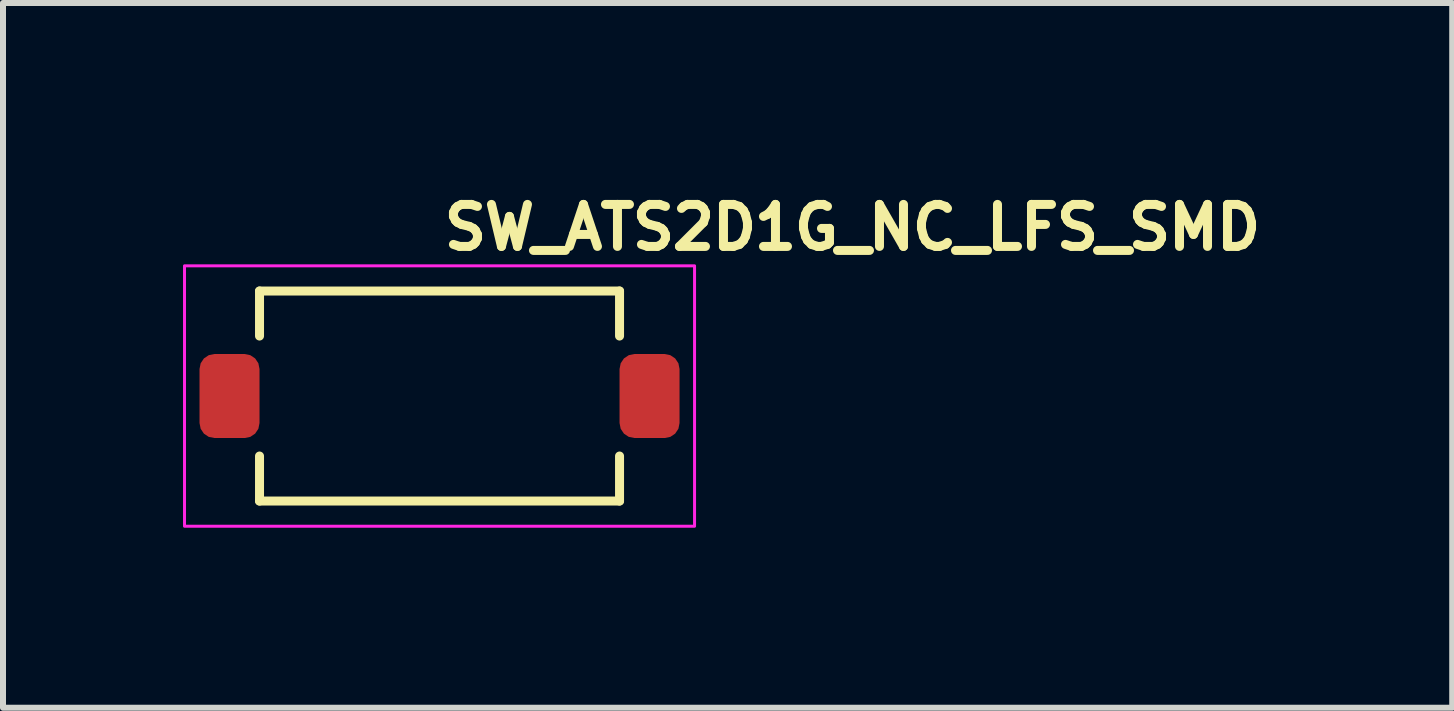
<source format=kicad_pcb>
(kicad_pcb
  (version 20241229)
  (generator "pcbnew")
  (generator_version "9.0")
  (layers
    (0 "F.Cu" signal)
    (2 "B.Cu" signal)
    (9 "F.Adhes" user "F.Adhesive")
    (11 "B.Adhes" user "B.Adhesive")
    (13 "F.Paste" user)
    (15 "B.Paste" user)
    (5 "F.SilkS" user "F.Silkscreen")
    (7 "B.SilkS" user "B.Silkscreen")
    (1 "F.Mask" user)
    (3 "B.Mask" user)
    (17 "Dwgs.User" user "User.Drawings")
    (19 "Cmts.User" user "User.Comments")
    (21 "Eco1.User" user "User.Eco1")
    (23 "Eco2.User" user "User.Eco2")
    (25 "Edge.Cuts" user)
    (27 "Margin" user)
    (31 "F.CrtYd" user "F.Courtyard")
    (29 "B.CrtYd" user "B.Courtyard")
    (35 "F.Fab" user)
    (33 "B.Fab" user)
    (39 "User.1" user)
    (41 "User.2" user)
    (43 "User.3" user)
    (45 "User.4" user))
  (footprint "SW_ATS2D1G_NC_LFS_SMD"
    (layer "F.Cu")
    (at 4.275 3.55)
    (property "Reference" "SW_ATS2D1G_NC_LFS_SMD" (at 0 -2.4 0) (layer "F.SilkS") (effects (font (size 0.7 0.7) (thickness 0.15)) (justify left bottom)))
    (attr smd)
    (fp_line (start -3 -1.75) (end 3 -1.75) (stroke (width 0.15) (type solid)) (layer "F.SilkS"))
    (fp_line (start -3 -1) (end -3 -1.75) (stroke (width 0.15) (type solid)) (layer "F.SilkS"))
    (fp_line (start -3 1) (end -3 1.75) (stroke (width 0.15) (type solid)) (layer "F.SilkS"))
    (fp_line (start -3 1.75) (end 3 1.75) (stroke (width 0.15) (type solid)) (layer "F.SilkS"))
    (fp_line (start 3 -1.75) (end 3 -1) (stroke (width 0.15) (type solid)) (layer "F.SilkS"))
    (fp_line (start 3 1.75) (end 3 1) (stroke (width 0.15) (type solid)) (layer "F.SilkS"))
    (fp_rect (start -4.25 -2.17) (end 4.25 2.17) (stroke (width 0.05) (type solid)) (fill no) (layer "F.CrtYd"))
    (fp_rect (start -3.65 -1.92) (end 3.65 1.92) (stroke (width 0.1) (type solid)) (fill no) (layer "User.5"))
    (fp_line (start -3.65 0.495) (end -3.65 -0.495) (stroke (width 0.02) (type solid)) (layer "User.9"))
    (fp_line (start -3.65 0.495) (end -3 0.495) (stroke (width 0.02) (type solid)) (layer "User.9"))
    (fp_line (start -3.015 -1.8) (end -2.815 -1.8) (stroke (width 0.02) (type solid)) (layer "User.9"))
    (fp_line (start -3.015 -1.8) (end -2.4 -1.8) (stroke (width 0.02) (type solid)) (layer "User.9"))
    (fp_line (start -3.015 -1.7) (end -3.015 -1.8) (stroke (width 0.02) (type solid)) (layer "User.9"))
    (fp_line (start -3.015 -0.495) (end -3.65 -0.495) (stroke (width 0.02) (type solid)) (layer "User.9"))
    (fp_line (start -3.015 0.1) (end -3.015 -1.7) (stroke (width 0.02) (type solid)) (layer "User.9"))
    (fp_line (start -3.015 0.5) (end -2.9 0.5) (stroke (width 0.02) (type solid)) (layer "User.9"))
    (fp_line (start -3.015 1.1) (end -3.015 0.5) (stroke (width 0.02) (type solid)) (layer "User.9"))
    (fp_line (start -3.015 1.5) (end -2.9 1.5) (stroke (width 0.02) (type solid)) (layer "User.9"))
    (fp_line (start -3.015 1.7) (end -3.015 1.5) (stroke (width 0.02) (type solid)) (layer "User.9"))
    (fp_line (start -3.015 1.8) (end -3.015 1.7) (stroke (width 0.02) (type solid)) (layer "User.9"))
    (fp_line (start -3.015 1.8) (end -2.4 1.8) (stroke (width 0.02) (type solid)) (layer "User.9"))
    (fp_line (start -3 0.1) (end -3 0.5) (stroke (width 0.02) (type solid)) (layer "User.9"))
    (fp_line (start -3 1.3) (end -3 1.5) (stroke (width 0.02) (type solid)) (layer "User.9"))
    (fp_line (start -3 1.3) (end -2.987 1.3) (stroke (width 0.02) (type solid)) (layer "User.9"))
    (fp_line (start -2.987 1.3) (end -2.975 1.299) (stroke (width 0.02) (type solid)) (layer "User.9"))
    (fp_line (start -2.975 1.299) (end -2.962 1.298) (stroke (width 0.02) (type solid)) (layer "User.9"))
    (fp_line (start -2.962 1.298) (end -2.949 1.296) (stroke (width 0.02) (type solid)) (layer "User.9"))
    (fp_line (start -2.949 1.296) (end -2.937 1.293) (stroke (width 0.02) (type solid)) (layer "User.9"))
    (fp_line (start -2.937 1.293) (end -2.924 1.29) (stroke (width 0.02) (type solid)) (layer "User.9"))
    (fp_line (start -2.924 1.29) (end -2.912 1.287) (stroke (width 0.02) (type solid)) (layer "User.9"))
    (fp_line (start -2.912 1.287) (end -2.9 1.283) (stroke (width 0.02) (type solid)) (layer "User.9"))
    (fp_line (start -2.9 0.1) (end -3.015 0.1) (stroke (width 0.02) (type solid)) (layer "User.9"))
    (fp_line (start -2.9 0.5) (end -2.9 0.1) (stroke (width 0.02) (type solid)) (layer "User.9"))
    (fp_line (start -2.9 1.1) (end -3.015 1.1) (stroke (width 0.02) (type solid)) (layer "User.9"))
    (fp_line (start -2.9 1.5) (end -2.9 1.1) (stroke (width 0.02) (type solid)) (layer "User.9"))
    (fp_line (start -2.815 1.8) (end -3.015 1.8) (stroke (width 0.02) (type solid)) (layer "User.9"))
    (fp_line (start -2.4 -1.8) (end -2.36 -1.8) (stroke (width 0.02) (type solid)) (layer "User.9"))
    (fp_line (start -2.4 -1.7) (end -2.4 -1.8) (stroke (width 0.02) (type solid)) (layer "User.9"))
    (fp_line (start -2.4 1.7) (end -0.7 1.7) (stroke (width 0.02) (type solid)) (layer "User.9"))
    (fp_line (start -2.4 1.8) (end -2.4 1.7) (stroke (width 0.02) (type solid)) (layer "User.9"))
    (fp_line (start -2.36 -1.92) (end -1.15 -1.92) (stroke (width 0.02) (type solid)) (layer "User.9"))
    (fp_line (start -2.36 -1.861) (end -2.36 -1.92) (stroke (width 0.02) (type solid)) (layer "User.9"))
    (fp_line (start -2.36 -1.861) (end -2.36 -1.7) (stroke (width 0.02) (type solid)) (layer "User.9"))
    (fp_line (start -2.36 1.7) (end -2.36 1.861) (stroke (width 0.02) (type solid)) (layer "User.9"))
    (fp_line (start -2.36 1.8) (end -2.4 1.8) (stroke (width 0.02) (type solid)) (layer "User.9"))
    (fp_line (start -2.36 1.92) (end -2.36 1.861) (stroke (width 0.02) (type solid)) (layer "User.9"))
    (fp_line (start -2.3 1.7) (end -2.3 1.706) (stroke (width 0.02) (type solid)) (layer "User.9"))
    (fp_line (start -2.3 -1.706) (end -2.3 -1.7) (stroke (width 0.02) (type solid)) (layer "User.9"))
    (fp_line (start -2.3 1.706) (end -2.299 1.712) (stroke (width 0.02) (type solid)) (layer "User.9"))
    (fp_line (start -2.299 -1.712) (end -2.3 -1.706) (stroke (width 0.02) (type solid)) (layer "User.9"))
    (fp_line (start -2.299 1.712) (end -2.299 1.718) (stroke (width 0.02) (type solid)) (layer "User.9"))
    (fp_line (start -2.299 -1.718) (end -2.299 -1.712) (stroke (width 0.02) (type solid)) (layer "User.9"))
    (fp_line (start -2.299 1.718) (end -2.298 1.724) (stroke (width 0.02) (type solid)) (layer "User.9"))
    (fp_line (start -2.298 -1.724) (end -2.299 -1.718) (stroke (width 0.02) (type solid)) (layer "User.9"))
    (fp_line (start -2.298 1.724) (end -2.296 1.73) (stroke (width 0.02) (type solid)) (layer "User.9"))
    (fp_line (start -2.296 -1.73) (end -2.298 -1.724) (stroke (width 0.02) (type solid)) (layer "User.9"))
    (fp_line (start -2.296 1.73) (end -2.295 1.736) (stroke (width 0.02) (type solid)) (layer "User.9"))
    (fp_line (start -2.295 -1.736) (end -2.296 -1.73) (stroke (width 0.02) (type solid)) (layer "User.9"))
    (fp_line (start -2.295 1.736) (end -2.293 1.742) (stroke (width 0.02) (type solid)) (layer "User.9"))
    (fp_line (start -2.293 -1.742) (end -2.295 -1.736) (stroke (width 0.02) (type solid)) (layer "User.9"))
    (fp_line (start -2.293 1.742) (end -2.29 1.748) (stroke (width 0.02) (type solid)) (layer "User.9"))
    (fp_line (start -2.29 -1.748) (end -2.293 -1.742) (stroke (width 0.02) (type solid)) (layer "User.9"))
    (fp_line (start -2.29 1.748) (end -2.288 1.753) (stroke (width 0.02) (type solid)) (layer "User.9"))
    (fp_line (start -2.288 -1.753) (end -2.29 -1.748) (stroke (width 0.02) (type solid)) (layer "User.9"))
    (fp_line (start -2.288 1.753) (end -2.285 1.759) (stroke (width 0.02) (type solid)) (layer "User.9"))
    (fp_line (start -2.285 -1.759) (end -2.288 -1.753) (stroke (width 0.02) (type solid)) (layer "User.9"))
    (fp_line (start -2.285 1.759) (end -2.282 1.764) (stroke (width 0.02) (type solid)) (layer "User.9"))
    (fp_line (start -2.282 -1.764) (end -2.285 -1.759) (stroke (width 0.02) (type solid)) (layer "User.9"))
    (fp_line (start -2.282 1.764) (end -2.279 1.769) (stroke (width 0.02) (type solid)) (layer "User.9"))
    (fp_line (start -2.279 -1.769) (end -2.282 -1.764) (stroke (width 0.02) (type solid)) (layer "User.9"))
    (fp_line (start -2.279 1.769) (end -2.275 1.774) (stroke (width 0.02) (type solid)) (layer "User.9"))
    (fp_line (start -2.275 -1.774) (end -2.279 -1.769) (stroke (width 0.02) (type solid)) (layer "User.9"))
    (fp_line (start -2.275 1.774) (end -2.272 1.779) (stroke (width 0.02) (type solid)) (layer "User.9"))
    (fp_line (start -2.272 -1.779) (end -2.275 -1.774) (stroke (width 0.02) (type solid)) (layer "User.9"))
    (fp_line (start -2.272 1.779) (end -2.268 1.784) (stroke (width 0.02) (type solid)) (layer "User.9"))
    (fp_line (start -2.268 -1.784) (end -2.272 -1.779) (stroke (width 0.02) (type solid)) (layer "User.9"))
    (fp_line (start -2.268 1.784) (end -2.263 1.788) (stroke (width 0.02) (type solid)) (layer "User.9"))
    (fp_line (start -2.263 -1.788) (end -2.268 -1.784) (stroke (width 0.02) (type solid)) (layer "User.9"))
    (fp_line (start -2.263 -1.788) (end -2.263 -1.788) (stroke (width 0.02) (type solid)) (layer "User.9"))
    (fp_line (start -2.263 1.788) (end -2.263 1.788) (stroke (width 0.02) (type solid)) (layer "User.9"))
    (fp_line (start -2.263 1.788) (end -2.259 1.793) (stroke (width 0.02) (type solid)) (layer "User.9"))
    (fp_line (start -2.259 -1.793) (end -2.263 -1.788) (stroke (width 0.02) (type solid)) (layer "User.9"))
    (fp_line (start -2.259 1.793) (end -2.254 1.797) (stroke (width 0.02) (type solid)) (layer "User.9"))
    (fp_line (start -2.254 -1.797) (end -2.259 -1.793) (stroke (width 0.02) (type solid)) (layer "User.9"))
    (fp_line (start -2.254 1.797) (end -2.249 1.8) (stroke (width 0.02) (type solid)) (layer "User.9"))
    (fp_line (start -2.249 -1.8) (end -2.254 -1.797) (stroke (width 0.02) (type solid)) (layer "User.9"))
    (fp_line (start -2.249 1.8) (end -2.244 1.804) (stroke (width 0.02) (type solid)) (layer "User.9"))
    (fp_line (start -2.244 -1.804) (end -2.249 -1.8) (stroke (width 0.02) (type solid)) (layer "User.9"))
    (fp_line (start -2.244 1.804) (end -2.239 1.807) (stroke (width 0.02) (type solid)) (layer "User.9"))
    (fp_line (start -2.239 -1.807) (end -2.244 -1.804) (stroke (width 0.02) (type solid)) (layer "User.9"))
    (fp_line (start -2.239 1.807) (end -2.234 1.81) (stroke (width 0.02) (type solid)) (layer "User.9"))
    (fp_line (start -2.234 -1.81) (end -2.239 -1.807) (stroke (width 0.02) (type solid)) (layer "User.9"))
    (fp_line (start -2.234 1.81) (end -2.228 1.813) (stroke (width 0.02) (type solid)) (layer "User.9"))
    (fp_line (start -2.228 -1.813) (end -2.234 -1.81) (stroke (width 0.02) (type solid)) (layer "User.9"))
    (fp_line (start -2.228 1.813) (end -2.223 1.815) (stroke (width 0.02) (type solid)) (layer "User.9"))
    (fp_line (start -2.223 -1.815) (end -2.228 -1.813) (stroke (width 0.02) (type solid)) (layer "User.9"))
    (fp_line (start -2.223 1.815) (end -2.217 1.818) (stroke (width 0.02) (type solid)) (layer "User.9"))
    (fp_line (start -2.217 -1.818) (end -2.223 -1.815) (stroke (width 0.02) (type solid)) (layer "User.9"))
    (fp_line (start -2.217 1.818) (end -2.211 1.82) (stroke (width 0.02) (type solid)) (layer "User.9"))
    (fp_line (start -2.211 -1.82) (end -2.217 -1.818) (stroke (width 0.02) (type solid)) (layer "User.9"))
    (fp_line (start -2.211 1.82) (end -2.205 1.821) (stroke (width 0.02) (type solid)) (layer "User.9"))
    (fp_line (start -2.205 -1.821) (end -2.211 -1.82) (stroke (width 0.02) (type solid)) (layer "User.9"))
    (fp_line (start -2.205 1.821) (end -2.2 1.823) (stroke (width 0.02) (type solid)) (layer "User.9"))
    (fp_line (start -2.2 -1.823) (end -2.205 -1.821) (stroke (width 0.02) (type solid)) (layer "User.9"))
    (fp_line (start -2.2 1.823) (end -2.193 1.824) (stroke (width 0.02) (type solid)) (layer "User.9"))
    (fp_line (start -2.193 -1.824) (end -2.2 -1.823) (stroke (width 0.02) (type solid)) (layer "User.9"))
    (fp_line (start -2.193 1.824) (end -2.187 1.824) (stroke (width 0.02) (type solid)) (layer "User.9"))
    (fp_line (start -2.187 -1.824) (end -2.193 -1.824) (stroke (width 0.02) (type solid)) (layer "User.9"))
    (fp_line (start -2.187 1.824) (end -2.181 1.825) (stroke (width 0.02) (type solid)) (layer "User.9"))
    (fp_line (start -2.181 -1.825) (end -2.187 -1.824) (stroke (width 0.02) (type solid)) (layer "User.9"))
    (fp_line (start -2.181 1.825) (end -2.175 1.825) (stroke (width 0.02) (type solid)) (layer "User.9"))
    (fp_line (start -2.175 -1.825) (end -2.181 -1.825) (stroke (width 0.02) (type solid)) (layer "User.9"))
    (fp_line (start -2.175 -1.825) (end -0.875 -1.825) (stroke (width 0.02) (type solid)) (layer "User.9"))
    (fp_line (start -1.15 -1.92) (end -1.15 -1.861) (stroke (width 0.02) (type solid)) (layer "User.9"))
    (fp_line (start -1.15 -1.861) (end -1.15 -1.825) (stroke (width 0.02) (type solid)) (layer "User.9"))
    (fp_line (start -1.15 1.825) (end -1.15 1.861) (stroke (width 0.02) (type solid)) (layer "User.9"))
    (fp_line (start -1.15 1.861) (end -1.15 1.92) (stroke (width 0.02) (type solid)) (layer "User.9"))
    (fp_line (start -1.15 1.92) (end -2.36 1.92) (stroke (width 0.02) (type solid)) (layer "User.9"))
    (fp_line (start -1.1 0) (end -1.099 0.057) (stroke (width 0.02) (type solid)) (layer "User.9"))
    (fp_line (start -1.099 -0.057) (end -1.1 0.000007) (stroke (width 0.02) (type solid)) (layer "User.9"))
    (fp_line (start -1.099 0.057) (end -1.094 0.112) (stroke (width 0.02) (type solid)) (layer "User.9"))
    (fp_line (start -1.094 -0.112) (end -1.099 -0.057) (stroke (width 0.02) (type solid)) (layer "User.9"))
    (fp_line (start -1.094 0.112) (end -1.087 0.167) (stroke (width 0.02) (type solid)) (layer "User.9"))
    (fp_line (start -1.087 -0.167) (end -1.094 -0.112) (stroke (width 0.02) (type solid)) (layer "User.9"))
    (fp_line (start -1.087 0.167) (end -1.078 0.222) (stroke (width 0.02) (type solid)) (layer "User.9"))
    (fp_line (start -1.078 -0.222) (end -1.087 -0.167) (stroke (width 0.02) (type solid)) (layer "User.9"))
    (fp_line (start -1.078 0.222) (end -1.065 0.275) (stroke (width 0.02) (type solid)) (layer "User.9"))
    (fp_line (start -1.065 -0.275) (end -1.078 -0.222) (stroke (width 0.02) (type solid)) (layer "User.9"))
    (fp_line (start -1.065 0.275) (end -1.05 0.327) (stroke (width 0.02) (type solid)) (layer "User.9"))
    (fp_line (start -1.05 -0.327) (end -1.065 -0.275) (stroke (width 0.02) (type solid)) (layer "User.9"))
    (fp_line (start -1.05 0.327) (end -1.033 0.378) (stroke (width 0.02) (type solid)) (layer "User.9"))
    (fp_line (start -1.033 -0.378) (end -1.05 -0.327) (stroke (width 0.02) (type solid)) (layer "User.9"))
    (fp_line (start -1.033 0.378) (end -1.013 0.428) (stroke (width 0.02) (type solid)) (layer "User.9"))
    (fp_line (start -1.013 -0.428) (end -1.033 -0.378) (stroke (width 0.02) (type solid)) (layer "User.9"))
    (fp_line (start -1.013 0.428) (end -0.991 0.477) (stroke (width 0.02) (type solid)) (layer "User.9"))
    (fp_line (start -0.991 -0.477) (end -1.013 -0.428) (stroke (width 0.02) (type solid)) (layer "User.9"))
    (fp_line (start -0.991 0.477) (end -0.967 0.524) (stroke (width 0.02) (type solid)) (layer "User.9"))
    (fp_line (start -0.967 -0.524) (end -0.991 -0.477) (stroke (width 0.02) (type solid)) (layer "User.9"))
    (fp_line (start -0.967 0.524) (end -0.941 0.57) (stroke (width 0.02) (type solid)) (layer "User.9"))
    (fp_line (start -0.95 0) (end -0.95 0) (stroke (width 0.02) (type solid)) (layer "User.9"))
    (fp_line (start -0.95 0) (end -0.949 0.049) (stroke (width 0.02) (type solid)) (layer "User.9"))
    (fp_line (start -0.949 -0.049) (end -0.95 0) (stroke (width 0.02) (type solid)) (layer "User.9"))
    (fp_line (start -0.949 0.049) (end -0.945 0.097) (stroke (width 0.02) (type solid)) (layer "User.9"))
    (fp_line (start -0.945 -0.097) (end -0.949 -0.049) (stroke (width 0.02) (type solid)) (layer "User.9"))
    (fp_line (start -0.945 0.097) (end -0.939 0.145) (stroke (width 0.02) (type solid)) (layer "User.9"))
    (fp_line (start -0.941 -0.57) (end -0.967 -0.524) (stroke (width 0.02) (type solid)) (layer "User.9"))
    (fp_line (start -0.941 0.57) (end -0.912 0.615) (stroke (width 0.02) (type solid)) (layer "User.9"))
    (fp_line (start -0.939 -0.145) (end -0.945 -0.097) (stroke (width 0.02) (type solid)) (layer "User.9"))
    (fp_line (start -0.939 0.145) (end -0.931 0.191) (stroke (width 0.02) (type solid)) (layer "User.9"))
    (fp_line (start -0.931 -0.191) (end -0.939 -0.145) (stroke (width 0.02) (type solid)) (layer "User.9"))
    (fp_line (start -0.931 0.191) (end -0.92 0.237) (stroke (width 0.02) (type solid)) (layer "User.9"))
    (fp_line (start -0.92 -0.237) (end -0.931 -0.191) (stroke (width 0.02) (type solid)) (layer "User.9"))
    (fp_line (start -0.92 0.237) (end -0.907 0.283) (stroke (width 0.02) (type solid)) (layer "User.9"))
    (fp_line (start -0.912 -0.615) (end -0.941 -0.57) (stroke (width 0.02) (type solid)) (layer "User.9"))
    (fp_line (start -0.912 0.615) (end -0.881 0.658) (stroke (width 0.02) (type solid)) (layer "User.9"))
    (fp_line (start -0.907 -0.283) (end -0.92 -0.237) (stroke (width 0.02) (type solid)) (layer "User.9"))
    (fp_line (start -0.907 0.283) (end -0.892 0.327) (stroke (width 0.02) (type solid)) (layer "User.9"))
    (fp_line (start -0.892 -0.327) (end -0.907 -0.283) (stroke (width 0.02) (type solid)) (layer "User.9"))
    (fp_line (start -0.892 0.327) (end -0.875 0.37) (stroke (width 0.02) (type solid)) (layer "User.9"))
    (fp_line (start -0.881 -0.658) (end -0.912 -0.615) (stroke (width 0.02) (type solid)) (layer "User.9"))
    (fp_line (start -0.881 0.658) (end -0.849 0.699) (stroke (width 0.02) (type solid)) (layer "User.9"))
    (fp_line (start -0.875 -0.37) (end -0.892 -0.327) (stroke (width 0.02) (type solid)) (layer "User.9"))
    (fp_line (start -0.875 0.37) (end -0.856 0.412) (stroke (width 0.02) (type solid)) (layer "User.9"))
    (fp_line (start -0.875 1.825) (end -2.175 1.825) (stroke (width 0.02) (type solid)) (layer "User.9"))
    (fp_line (start -0.875 1.825) (end -0.869 1.825) (stroke (width 0.02) (type solid)) (layer "User.9"))
    (fp_line (start -0.869 -1.825) (end -0.875 -1.825) (stroke (width 0.02) (type solid)) (layer "User.9"))
    (fp_line (start -0.869 1.825) (end -0.863 1.824) (stroke (width 0.02) (type solid)) (layer "User.9"))
    (fp_line (start -0.863 -1.824) (end -0.869 -1.825) (stroke (width 0.02) (type solid)) (layer "User.9"))
    (fp_line (start -0.863 1.824) (end -0.857 1.824) (stroke (width 0.02) (type solid)) (layer "User.9"))
    (fp_line (start -0.857 -1.824) (end -0.863 -1.824) (stroke (width 0.02) (type solid)) (layer "User.9"))
    (fp_line (start -0.857 1.824) (end -0.851 1.823) (stroke (width 0.02) (type solid)) (layer "User.9"))
    (fp_line (start -0.856 -0.412) (end -0.875 -0.37) (stroke (width 0.02) (type solid)) (layer "User.9"))
    (fp_line (start -0.856 0.412) (end -0.835 0.453) (stroke (width 0.02) (type solid)) (layer "User.9"))
    (fp_line (start -0.851 -1.823) (end -0.857 -1.824) (stroke (width 0.02) (type solid)) (layer "User.9"))
    (fp_line (start -0.851 1.823) (end -0.845 1.821) (stroke (width 0.02) (type solid)) (layer "User.9"))
    (fp_line (start -0.849 -0.699) (end -0.881 -0.658) (stroke (width 0.02) (type solid)) (layer "User.9"))
    (fp_line (start -0.849 0.699) (end -0.814 0.739) (stroke (width 0.02) (type solid)) (layer "User.9"))
    (fp_line (start -0.845 -1.821) (end -0.851 -1.823) (stroke (width 0.02) (type solid)) (layer "User.9"))
    (fp_line (start -0.845 1.821) (end -0.839 1.82) (stroke (width 0.02) (type solid)) (layer "User.9"))
    (fp_line (start -0.839 -1.82) (end -0.845 -1.821) (stroke (width 0.02) (type solid)) (layer "User.9"))
    (fp_line (start -0.839 1.82) (end -0.833 1.818) (stroke (width 0.02) (type solid)) (layer "User.9"))
    (fp_line (start -0.835 -0.453) (end -0.856 -0.412) (stroke (width 0.02) (type solid)) (layer "User.9"))
    (fp_line (start -0.835 0.453) (end -0.812 0.493) (stroke (width 0.02) (type solid)) (layer "User.9"))
    (fp_line (start -0.833 -1.818) (end -0.839 -1.82) (stroke (width 0.02) (type solid)) (layer "User.9"))
    (fp_line (start -0.833 1.818) (end -0.827 1.815) (stroke (width 0.02) (type solid)) (layer "User.9"))
    (fp_line (start -0.827 -1.815) (end -0.833 -1.818) (stroke (width 0.02) (type solid)) (layer "User.9"))
    (fp_line (start -0.827 1.815) (end -0.822 1.813) (stroke (width 0.02) (type solid)) (layer "User.9"))
    (fp_line (start -0.822 -1.813) (end -0.827 -1.815) (stroke (width 0.02) (type solid)) (layer "User.9"))
    (fp_line (start -0.822 1.813) (end -0.816 1.81) (stroke (width 0.02) (type solid)) (layer "User.9"))
    (fp_line (start -0.816 -1.81) (end -0.822 -1.813) (stroke (width 0.02) (type solid)) (layer "User.9"))
    (fp_line (start -0.816 1.81) (end -0.811 1.807) (stroke (width 0.02) (type solid)) (layer "User.9"))
    (fp_line (start -0.814 -0.739) (end -0.849 -0.699) (stroke (width 0.02) (type solid)) (layer "User.9"))
    (fp_line (start -0.814 0.739) (end -0.778 0.777) (stroke (width 0.02) (type solid)) (layer "User.9"))
    (fp_line (start -0.812 -0.493) (end -0.835 -0.453) (stroke (width 0.02) (type solid)) (layer "User.9"))
    (fp_line (start -0.812 0.493) (end -0.788 0.531) (stroke (width 0.02) (type solid)) (layer "User.9"))
    (fp_line (start -0.811 -1.807) (end -0.816 -1.81) (stroke (width 0.02) (type solid)) (layer "User.9"))
    (fp_line (start -0.811 1.807) (end -0.806 1.804) (stroke (width 0.02) (type solid)) (layer "User.9"))
    (fp_line (start -0.806 -1.804) (end -0.811 -1.807) (stroke (width 0.02) (type solid)) (layer "User.9"))
    (fp_line (start -0.806 1.804) (end -0.801 1.8) (stroke (width 0.02) (type solid)) (layer "User.9"))
    (fp_line (start -0.801 -1.8) (end -0.806 -1.804) (stroke (width 0.02) (type solid)) (layer "User.9"))
    (fp_line (start -0.801 1.8) (end -0.796 1.797) (stroke (width 0.02) (type solid)) (layer "User.9"))
    (fp_line (start -0.8 -1.8) (end -0.7 -1.8) (stroke (width 0.02) (type solid)) (layer "User.9"))
    (fp_line (start -0.796 -1.797) (end -0.801 -1.8) (stroke (width 0.02) (type solid)) (layer "User.9"))
    (fp_line (start -0.796 1.797) (end -0.791 1.793) (stroke (width 0.02) (type solid)) (layer "User.9"))
    (fp_line (start -0.791 -1.793) (end -0.796 -1.797) (stroke (width 0.02) (type solid)) (layer "User.9"))
    (fp_line (start -0.791 1.793) (end -0.787 1.788) (stroke (width 0.02) (type solid)) (layer "User.9"))
    (fp_line (start -0.788 -0.531) (end -0.812 -0.493) (stroke (width 0.02) (type solid)) (layer "User.9"))
    (fp_line (start -0.788 0.531) (end -0.761 0.568) (stroke (width 0.02) (type solid)) (layer "User.9"))
    (fp_line (start -0.787 -1.788) (end -0.791 -1.793) (stroke (width 0.02) (type solid)) (layer "User.9"))
    (fp_line (start -0.787 -1.788) (end -0.787 -1.788) (stroke (width 0.02) (type solid)) (layer "User.9"))
    (fp_line (start -0.787 1.788) (end -0.787 1.788) (stroke (width 0.02) (type solid)) (layer "User.9"))
    (fp_line (start -0.787 1.788) (end -0.782 1.784) (stroke (width 0.02) (type solid)) (layer "User.9"))
    (fp_line (start -0.782 -1.784) (end -0.787 -1.788) (stroke (width 0.02) (type solid)) (layer "User.9"))
    (fp_line (start -0.782 1.784) (end -0.778 1.779) (stroke (width 0.02) (type solid)) (layer "User.9"))
    (fp_line (start -0.778 -1.779) (end -0.782 -1.784) (stroke (width 0.02) (type solid)) (layer "User.9"))
    (fp_line (start -0.778 1.779) (end -0.775 1.774) (stroke (width 0.02) (type solid)) (layer "User.9"))
    (fp_line (start -0.778 -0.777) (end -0.814 -0.739) (stroke (width 0.02) (type solid)) (layer "User.9"))
    (fp_line (start -0.778 0.777) (end -0.739 0.814) (stroke (width 0.02) (type solid)) (layer "User.9"))
    (fp_line (start -0.775 -1.774) (end -0.778 -1.779) (stroke (width 0.02) (type solid)) (layer "User.9"))
    (fp_line (start -0.775 1.774) (end -0.771 1.769) (stroke (width 0.02) (type solid)) (layer "User.9"))
    (fp_line (start -0.771 -1.769) (end -0.775 -1.774) (stroke (width 0.02) (type solid)) (layer "User.9"))
    (fp_line (start -0.771 1.769) (end -0.768 1.764) (stroke (width 0.02) (type solid)) (layer "User.9"))
    (fp_line (start -0.768 -1.764) (end -0.771 -1.769) (stroke (width 0.02) (type solid)) (layer "User.9"))
    (fp_line (start -0.768 1.764) (end -0.765 1.759) (stroke (width 0.02) (type solid)) (layer "User.9"))
    (fp_line (start -0.765 -1.759) (end -0.768 -1.764) (stroke (width 0.02) (type solid)) (layer "User.9"))
    (fp_line (start -0.765 1.759) (end -0.762 1.753) (stroke (width 0.02) (type solid)) (layer "User.9"))
    (fp_line (start -0.762 -1.753) (end -0.765 -1.759) (stroke (width 0.02) (type solid)) (layer "User.9"))
    (fp_line (start -0.762 1.753) (end -0.76 1.748) (stroke (width 0.02) (type solid)) (layer "User.9"))
    (fp_line (start -0.761 -0.568) (end -0.788 -0.531) (stroke (width 0.02) (type solid)) (layer "User.9"))
    (fp_line (start -0.761 0.568) (end -0.733 0.604) (stroke (width 0.02) (type solid)) (layer "User.9"))
    (fp_line (start -0.76 -1.748) (end -0.762 -1.753) (stroke (width 0.02) (type solid)) (layer "User.9"))
    (fp_line (start -0.76 1.748) (end -0.757 1.742) (stroke (width 0.02) (type solid)) (layer "User.9"))
    (fp_line (start -0.757 -1.742) (end -0.76 -1.748) (stroke (width 0.02) (type solid)) (layer "User.9"))
    (fp_line (start -0.757 1.742) (end -0.755 1.736) (stroke (width 0.02) (type solid)) (layer "User.9"))
    (fp_line (start -0.755 -1.736) (end -0.757 -1.742) (stroke (width 0.02) (type solid)) (layer "User.9"))
    (fp_line (start -0.755 1.736) (end -0.754 1.73) (stroke (width 0.02) (type solid)) (layer "User.9"))
    (fp_line (start -0.754 -1.73) (end -0.755 -1.736) (stroke (width 0.02) (type solid)) (layer "User.9"))
    (fp_line (start -0.754 1.73) (end -0.752 1.724) (stroke (width 0.02) (type solid)) (layer "User.9"))
    (fp_line (start -0.752 -1.724) (end -0.754 -1.73) (stroke (width 0.02) (type solid)) (layer "User.9"))
    (fp_line (start -0.752 1.724) (end -0.751 1.718) (stroke (width 0.02) (type solid)) (layer "User.9"))
    (fp_line (start -0.751 -1.718) (end -0.752 -1.724) (stroke (width 0.02) (type solid)) (layer "User.9"))
    (fp_line (start -0.751 1.718) (end -0.751 1.712) (stroke (width 0.02) (type solid)) (layer "User.9"))
    (fp_line (start -0.751 -1.712) (end -0.751 -1.718) (stroke (width 0.02) (type solid)) (layer "User.9"))
    (fp_line (start -0.751 1.712) (end -0.75 1.706) (stroke (width 0.02) (type solid)) (layer "User.9"))
    (fp_line (start -0.75 -1.706) (end -0.751 -1.712) (stroke (width 0.02) (type solid)) (layer "User.9"))
    (fp_line (start -0.75 1.706) (end -0.75 1.7) (stroke (width 0.02) (type solid)) (layer "User.9"))
    (fp_line (start -0.75 -1.7) (end -0.75 -1.706) (stroke (width 0.02) (type solid)) (layer "User.9"))
    (fp_line (start -0.739 -0.814) (end -0.778 -0.777) (stroke (width 0.02) (type solid)) (layer "User.9"))
    (fp_line (start -0.739 0.814) (end -0.7 0.848) (stroke (width 0.02) (type solid)) (layer "User.9"))
    (fp_line (start -0.733 -0.604) (end -0.761 -0.568) (stroke (width 0.02) (type solid)) (layer "User.9"))
    (fp_line (start -0.733 0.604) (end -0.703 0.639) (stroke (width 0.02) (type solid)) (layer "User.9"))
    (fp_line (start -0.703 -0.639) (end -0.733 -0.604) (stroke (width 0.02) (type solid)) (layer "User.9"))
    (fp_line (start -0.703 0.639) (end -0.672 0.672) (stroke (width 0.02) (type solid)) (layer "User.9"))
    (fp_line (start -0.7 -1.8) (end -0.7 -1.7) (stroke (width 0.02) (type solid)) (layer "User.9"))
    (fp_line (start -0.7 -1.8) (end 0.7 -1.8) (stroke (width 0.02) (type solid)) (layer "User.9"))
    (fp_line (start -0.7 -1.7) (end -2.4 -1.7) (stroke (width 0.02) (type solid)) (layer "User.9"))
    (fp_line (start -0.7 1.7) (end -0.7 1.8) (stroke (width 0.02) (type solid)) (layer "User.9"))
    (fp_line (start -0.7 1.8) (end -0.8 1.8) (stroke (width 0.02) (type solid)) (layer "User.9"))
    (fp_line (start -0.7 1.8) (end 0.7 1.8) (stroke (width 0.02) (type solid)) (layer "User.9"))
    (fp_line (start -0.7 -0.848) (end -0.739 -0.814) (stroke (width 0.02) (type solid)) (layer "User.9"))
    (fp_line (start -0.7 0.848) (end -0.658 0.881) (stroke (width 0.02) (type solid)) (layer "User.9"))
    (fp_line (start -0.672 -0.672) (end -0.703 -0.639) (stroke (width 0.02) (type solid)) (layer "User.9"))
    (fp_line (start -0.672 0.672) (end -0.639 0.703) (stroke (width 0.02) (type solid)) (layer "User.9"))
    (fp_line (start -0.658 -0.881) (end -0.7 -0.848) (stroke (width 0.02) (type solid)) (layer "User.9"))
    (fp_line (start -0.658 0.881) (end -0.615 0.912) (stroke (width 0.02) (type solid)) (layer "User.9"))
    (fp_line (start -0.639 -0.703) (end -0.672 -0.672) (stroke (width 0.02) (type solid)) (layer "User.9"))
    (fp_line (start -0.639 0.703) (end -0.604 0.733) (stroke (width 0.02) (type solid)) (layer "User.9"))
    (fp_line (start -0.615 -0.912) (end -0.658 -0.881) (stroke (width 0.02) (type solid)) (layer "User.9"))
    (fp_line (start -0.615 0.912) (end -0.57 0.94) (stroke (width 0.02) (type solid)) (layer "User.9"))
    (fp_line (start -0.604 -0.733) (end -0.639 -0.703) (stroke (width 0.02) (type solid)) (layer "User.9"))
    (fp_line (start -0.604 0.733) (end -0.568 0.761) (stroke (width 0.02) (type solid)) (layer "User.9"))
    (fp_line (start -0.57 -0.94) (end -0.615 -0.912) (stroke (width 0.02) (type solid)) (layer "User.9"))
    (fp_line (start -0.57 0.94) (end -0.524 0.967) (stroke (width 0.02) (type solid)) (layer "User.9"))
    (fp_line (start -0.568 -0.761) (end -0.604 -0.733) (stroke (width 0.02) (type solid)) (layer "User.9"))
    (fp_line (start -0.568 0.761) (end -0.531 0.788) (stroke (width 0.02) (type solid)) (layer "User.9"))
    (fp_line (start -0.531 -0.788) (end -0.568 -0.761) (stroke (width 0.02) (type solid)) (layer "User.9"))
    (fp_line (start -0.531 0.788) (end -0.493 0.812) (stroke (width 0.02) (type solid)) (layer "User.9"))
    (fp_line (start -0.524 -0.967) (end -0.57 -0.94) (stroke (width 0.02) (type solid)) (layer "User.9"))
    (fp_line (start -0.524 0.967) (end -0.477 0.991) (stroke (width 0.02) (type solid)) (layer "User.9"))
    (fp_line (start -0.493 -0.812) (end -0.531 -0.788) (stroke (width 0.02) (type solid)) (layer "User.9"))
    (fp_line (start -0.493 0.812) (end -0.453 0.835) (stroke (width 0.02) (type solid)) (layer "User.9"))
    (fp_line (start -0.477 -0.991) (end -0.524 -0.967) (stroke (width 0.02) (type solid)) (layer "User.9"))
    (fp_line (start -0.477 0.991) (end -0.428 1.013) (stroke (width 0.02) (type solid)) (layer "User.9"))
    (fp_line (start -0.453 -0.835) (end -0.493 -0.812) (stroke (width 0.02) (type solid)) (layer "User.9"))
    (fp_line (start -0.453 0.835) (end -0.412 0.856) (stroke (width 0.02) (type solid)) (layer "User.9"))
    (fp_line (start -0.428 -1.013) (end -0.477 -0.991) (stroke (width 0.02) (type solid)) (layer "User.9"))
    (fp_line (start -0.428 1.013) (end -0.378 1.033) (stroke (width 0.02) (type solid)) (layer "User.9"))
    (fp_line (start -0.412 -0.856) (end -0.453 -0.835) (stroke (width 0.02) (type solid)) (layer "User.9"))
    (fp_line (start -0.412 0.856) (end -0.37 0.875) (stroke (width 0.02) (type solid)) (layer "User.9"))
    (fp_line (start -0.378 -1.033) (end -0.428 -1.013) (stroke (width 0.02) (type solid)) (layer "User.9"))
    (fp_line (start -0.378 1.033) (end -0.327 1.05) (stroke (width 0.02) (type solid)) (layer "User.9"))
    (fp_line (start -0.37 -0.875) (end -0.412 -0.856) (stroke (width 0.02) (type solid)) (layer "User.9"))
    (fp_line (start -0.37 0.875) (end -0.327 0.892) (stroke (width 0.02) (type solid)) (layer "User.9"))
    (fp_line (start -0.327 -1.05) (end -0.378 -1.033) (stroke (width 0.02) (type solid)) (layer "User.9"))
    (fp_line (start -0.327 1.05) (end -0.275 1.065) (stroke (width 0.02) (type solid)) (layer "User.9"))
    (fp_line (start -0.327 -0.892) (end -0.37 -0.875) (stroke (width 0.02) (type solid)) (layer "User.9"))
    (fp_line (start -0.327 0.892) (end -0.283 0.907) (stroke (width 0.02) (type solid)) (layer "User.9"))
    (fp_line (start -0.283 -0.907) (end -0.327 -0.892) (stroke (width 0.02) (type solid)) (layer "User.9"))
    (fp_line (start -0.283 0.907) (end -0.237 0.92) (stroke (width 0.02) (type solid)) (layer "User.9"))
    (fp_line (start -0.275 -1.065) (end -0.327 -1.05) (stroke (width 0.02) (type solid)) (layer "User.9"))
    (fp_line (start -0.275 1.065) (end -0.222 1.077) (stroke (width 0.02) (type solid)) (layer "User.9"))
    (fp_line (start -0.237 -0.92) (end -0.283 -0.907) (stroke (width 0.02) (type solid)) (layer "User.9"))
    (fp_line (start -0.237 0.92) (end -0.191 0.931) (stroke (width 0.02) (type solid)) (layer "User.9"))
    (fp_line (start -0.222 -1.077) (end -0.275 -1.065) (stroke (width 0.02) (type solid)) (layer "User.9"))
    (fp_line (start -0.222 1.077) (end -0.167 1.087) (stroke (width 0.02) (type solid)) (layer "User.9"))
    (fp_line (start -0.191 -0.931) (end -0.237 -0.92) (stroke (width 0.02) (type solid)) (layer "User.9"))
    (fp_line (start -0.191 0.931) (end -0.145 0.939) (stroke (width 0.02) (type solid)) (layer "User.9"))
    (fp_line (start -0.167 -1.087) (end -0.222 -1.077) (stroke (width 0.02) (type solid)) (layer "User.9"))
    (fp_line (start -0.167 1.087) (end -0.112 1.094) (stroke (width 0.02) (type solid)) (layer "User.9"))
    (fp_line (start -0.145 -0.939) (end -0.191 -0.931) (stroke (width 0.02) (type solid)) (layer "User.9"))
    (fp_line (start -0.145 0.939) (end -0.097 0.945) (stroke (width 0.02) (type solid)) (layer "User.9"))
    (fp_line (start -0.112 -1.094) (end -0.167 -1.087) (stroke (width 0.02) (type solid)) (layer "User.9"))
    (fp_line (start -0.112 1.094) (end -0.057 1.098) (stroke (width 0.02) (type solid)) (layer "User.9"))
    (fp_line (start -0.097 -0.945) (end -0.145 -0.939) (stroke (width 0.02) (type solid)) (layer "User.9"))
    (fp_line (start -0.097 0.945) (end -0.049 0.949) (stroke (width 0.02) (type solid)) (layer "User.9"))
    (fp_line (start -0.057 -1.098) (end -0.112 -1.094) (stroke (width 0.02) (type solid)) (layer "User.9"))
    (fp_line (start -0.057 1.098) (end 0 1.099) (stroke (width 0.02) (type solid)) (layer "User.9"))
    (fp_line (start -0.049 -0.949) (end -0.097 -0.945) (stroke (width 0.02) (type solid)) (layer "User.9"))
    (fp_line (start -0.049 0.949) (end 0 0.95) (stroke (width 0.02) (type solid)) (layer "User.9"))
    (fp_line (start 0 -1.099) (end -0.057 -1.098) (stroke (width 0.02) (type solid)) (layer "User.9"))
    (fp_line (start 0 -1.099) (end 0 -1.099) (stroke (width 0.02) (type solid)) (layer "User.9"))
    (fp_line (start 0 -0.95) (end -0.049 -0.949) (stroke (width 0.02) (type solid)) (layer "User.9"))
    (fp_line (start 0 -0.95) (end 0 -0.95) (stroke (width 0.02) (type solid)) (layer "User.9"))
    (fp_line (start 0 0.95) (end 0 0.95) (stroke (width 0.02) (type solid)) (layer "User.9"))
    (fp_line (start 0 0.95) (end 0.049 0.949) (stroke (width 0.02) (type solid)) (layer "User.9"))
    (fp_line (start 0 1.099) (end 0 1.099) (stroke (width 0.02) (type solid)) (layer "User.9"))
    (fp_line (start 0 1.099) (end 0.057 1.098) (stroke (width 0.02) (type solid)) (layer "User.9"))
    (fp_line (start 0.049 -0.949) (end 0 -0.95) (stroke (width 0.02) (type solid)) (layer "User.9"))
    (fp_line (start 0.049 0.949) (end 0.097 0.945) (stroke (width 0.02) (type solid)) (layer "User.9"))
    (fp_line (start 0.057 -1.098) (end 0 -1.099) (stroke (width 0.02) (type solid)) (layer "User.9"))
    (fp_line (start 0.057 1.098) (end 0.112 1.094) (stroke (width 0.02) (type solid)) (layer "User.9"))
    (fp_line (start 0.097 -0.945) (end 0.049 -0.949) (stroke (width 0.02) (type solid)) (layer "User.9"))
    (fp_line (start 0.097 0.945) (end 0.145 0.939) (stroke (width 0.02) (type solid)) (layer "User.9"))
    (fp_line (start 0.112 -1.094) (end 0.057 -1.098) (stroke (width 0.02) (type solid)) (layer "User.9"))
    (fp_line (start 0.112 1.094) (end 0.167 1.087) (stroke (width 0.02) (type solid)) (layer "User.9"))
    (fp_line (start 0.145 -0.939) (end 0.097 -0.945) (stroke (width 0.02) (type solid)) (layer "User.9"))
    (fp_line (start 0.145 0.939) (end 0.191 0.931) (stroke (width 0.02) (type solid)) (layer "User.9"))
    (fp_line (start 0.167 -1.087) (end 0.112 -1.094) (stroke (width 0.02) (type solid)) (layer "User.9"))
    (fp_line (start 0.167 1.087) (end 0.222 1.077) (stroke (width 0.02) (type solid)) (layer "User.9"))
    (fp_line (start 0.191 -0.931) (end 0.145 -0.939) (stroke (width 0.02) (type solid)) (layer "User.9"))
    (fp_line (start 0.191 0.931) (end 0.237 0.92) (stroke (width 0.02) (type solid)) (layer "User.9"))
    (fp_line (start 0.222 -1.077) (end 0.167 -1.087) (stroke (width 0.02) (type solid)) (layer "User.9"))
    (fp_line (start 0.222 1.077) (end 0.275 1.065) (stroke (width 0.02) (type solid)) (layer "User.9"))
    (fp_line (start 0.237 -0.92) (end 0.191 -0.931) (stroke (width 0.02) (type solid)) (layer "User.9"))
    (fp_line (start 0.237 0.92) (end 0.283 0.907) (stroke (width 0.02) (type solid)) (layer "User.9"))
    (fp_line (start 0.275 -1.065) (end 0.222 -1.077) (stroke (width 0.02) (type solid)) (layer "User.9"))
    (fp_line (start 0.275 1.065) (end 0.327 1.05) (stroke (width 0.02) (type solid)) (layer "User.9"))
    (fp_line (start 0.283 -0.907) (end 0.237 -0.92) (stroke (width 0.02) (type solid)) (layer "User.9"))
    (fp_line (start 0.283 0.907) (end 0.327 0.892) (stroke (width 0.02) (type solid)) (layer "User.9"))
    (fp_line (start 0.327 -0.892) (end 0.283 -0.907) (stroke (width 0.02) (type solid)) (layer "User.9"))
    (fp_line (start 0.327 0.892) (end 0.37 0.875) (stroke (width 0.02) (type solid)) (layer "User.9"))
    (fp_line (start 0.327 -1.05) (end 0.275 -1.065) (stroke (width 0.02) (type solid)) (layer "User.9"))
    (fp_line (start 0.327 1.05) (end 0.378 1.033) (stroke (width 0.02) (type solid)) (layer "User.9"))
    (fp_line (start 0.37 -0.875) (end 0.327 -0.892) (stroke (width 0.02) (type solid)) (layer "User.9"))
    (fp_line (start 0.37 0.875) (end 0.412 0.856) (stroke (width 0.02) (type solid)) (layer "User.9"))
    (fp_line (start 0.378 -1.033) (end 0.327 -1.05) (stroke (width 0.02) (type solid)) (layer "User.9"))
    (fp_line (start 0.378 1.033) (end 0.428 1.013) (stroke (width 0.02) (type solid)) (layer "User.9"))
    (fp_line (start 0.412 -0.856) (end 0.37 -0.875) (stroke (width 0.02) (type solid)) (layer "User.9"))
    (fp_line (start 0.412 0.856) (end 0.453 0.835) (stroke (width 0.02) (type solid)) (layer "User.9"))
    (fp_line (start 0.428 -1.013) (end 0.378 -1.033) (stroke (width 0.02) (type solid)) (layer "User.9"))
    (fp_line (start 0.428 1.013) (end 0.477 0.991) (stroke (width 0.02) (type solid)) (layer "User.9"))
    (fp_line (start 0.453 -0.835) (end 0.412 -0.856) (stroke (width 0.02) (type solid)) (layer "User.9"))
    (fp_line (start 0.453 0.835) (end 0.493 0.812) (stroke (width 0.02) (type solid)) (layer "User.9"))
    (fp_line (start 0.477 -0.991) (end 0.428 -1.013) (stroke (width 0.02) (type solid)) (layer "User.9"))
    (fp_line (start 0.477 0.991) (end 0.524 0.967) (stroke (width 0.02) (type solid)) (layer "User.9"))
    (fp_line (start 0.493 -0.812) (end 0.453 -0.835) (stroke (width 0.02) (type solid)) (layer "User.9"))
    (fp_line (start 0.493 0.812) (end 0.531 0.788) (stroke (width 0.02) (type solid)) (layer "User.9"))
    (fp_line (start 0.524 -0.967) (end 0.477 -0.991) (stroke (width 0.02) (type solid)) (layer "User.9"))
    (fp_line (start 0.524 0.967) (end 0.57 0.94) (stroke (width 0.02) (type solid)) (layer "User.9"))
    (fp_line (start 0.531 -0.788) (end 0.493 -0.812) (stroke (width 0.02) (type solid)) (layer "User.9"))
    (fp_line (start 0.531 0.788) (end 0.568 0.761) (stroke (width 0.02) (type solid)) (layer "User.9"))
    (fp_line (start 0.568 -0.761) (end 0.531 -0.788) (stroke (width 0.02) (type solid)) (layer "User.9"))
    (fp_line (start 0.568 0.761) (end 0.604 0.733) (stroke (width 0.02) (type solid)) (layer "User.9"))
    (fp_line (start 0.57 -0.94) (end 0.524 -0.967) (stroke (width 0.02) (type solid)) (layer "User.9"))
    (fp_line (start 0.57 0.94) (end 0.615 0.912) (stroke (width 0.02) (type solid)) (layer "User.9"))
    (fp_line (start 0.604 -0.733) (end 0.568 -0.761) (stroke (width 0.02) (type solid)) (layer "User.9"))
    (fp_line (start 0.604 0.733) (end 0.639 0.703) (stroke (width 0.02) (type solid)) (layer "User.9"))
    (fp_line (start 0.615 -0.912) (end 0.57 -0.94) (stroke (width 0.02) (type solid)) (layer "User.9"))
    (fp_line (start 0.615 0.912) (end 0.658 0.881) (stroke (width 0.02) (type solid)) (layer "User.9"))
    (fp_line (start 0.639 -0.703) (end 0.604 -0.733) (stroke (width 0.02) (type solid)) (layer "User.9"))
    (fp_line (start 0.639 0.703) (end 0.672 0.672) (stroke (width 0.02) (type solid)) (layer "User.9"))
    (fp_line (start 0.658 -0.881) (end 0.615 -0.912) (stroke (width 0.02) (type solid)) (layer "User.9"))
    (fp_line (start 0.658 0.881) (end 0.7 0.848) (stroke (width 0.02) (type solid)) (layer "User.9"))
    (fp_line (start 0.672 -0.672) (end 0.639 -0.703) (stroke (width 0.02) (type solid)) (layer "User.9"))
    (fp_line (start 0.672 0.672) (end 0.703 0.639) (stroke (width 0.02) (type solid)) (layer "User.9"))
    (fp_line (start 0.7 -0.848) (end 0.658 -0.881) (stroke (width 0.02) (type solid)) (layer "User.9"))
    (fp_line (start 0.7 0.848) (end 0.739 0.814) (stroke (width 0.02) (type solid)) (layer "User.9"))
    (fp_line (start 0.7 -1.8) (end 0.8 -1.8) (stroke (width 0.02) (type solid)) (layer "User.9"))
    (fp_line (start 0.7 -1.7) (end 0.7 -1.8) (stroke (width 0.02) (type solid)) (layer "User.9"))
    (fp_line (start 0.7 1.7) (end 2.4 1.7) (stroke (width 0.02) (type solid)) (layer "User.9"))
    (fp_line (start 0.7 1.8) (end 0.7 1.7) (stroke (width 0.02) (type solid)) (layer "User.9"))
    (fp_line (start 0.703 -0.639) (end 0.672 -0.672) (stroke (width 0.02) (type solid)) (layer "User.9"))
    (fp_line (start 0.703 0.639) (end 0.733 0.604) (stroke (width 0.02) (type solid)) (layer "User.9"))
    (fp_line (start 0.733 -0.604) (end 0.703 -0.639) (stroke (width 0.02) (type solid)) (layer "User.9"))
    (fp_line (start 0.733 0.604) (end 0.761 0.568) (stroke (width 0.02) (type solid)) (layer "User.9"))
    (fp_line (start 0.739 -0.814) (end 0.7 -0.848) (stroke (width 0.02) (type solid)) (layer "User.9"))
    (fp_line (start 0.739 0.814) (end 0.778 0.777) (stroke (width 0.02) (type solid)) (layer "User.9"))
    (fp_line (start 0.75 1.7) (end 0.75 1.706) (stroke (width 0.02) (type solid)) (layer "User.9"))
    (fp_line (start 0.75 -1.706) (end 0.75 -1.7) (stroke (width 0.02) (type solid)) (layer "User.9"))
    (fp_line (start 0.75 1.706) (end 0.751 1.712) (stroke (width 0.02) (type solid)) (layer "User.9"))
    (fp_line (start 0.751 -1.712) (end 0.75 -1.706) (stroke (width 0.02) (type solid)) (layer "User.9"))
    (fp_line (start 0.751 1.712) (end 0.751 1.718) (stroke (width 0.02) (type solid)) (layer "User.9"))
    (fp_line (start 0.751 -1.718) (end 0.751 -1.712) (stroke (width 0.02) (type solid)) (layer "User.9"))
    (fp_line (start 0.751 1.718) (end 0.752 1.724) (stroke (width 0.02) (type solid)) (layer "User.9"))
    (fp_line (start 0.752 -1.724) (end 0.751 -1.718) (stroke (width 0.02) (type solid)) (layer "User.9"))
    (fp_line (start 0.752 1.724) (end 0.754 1.73) (stroke (width 0.02) (type solid)) (layer "User.9"))
    (fp_line (start 0.754 -1.73) (end 0.752 -1.724) (stroke (width 0.02) (type solid)) (layer "User.9"))
    (fp_line (start 0.754 1.73) (end 0.755 1.736) (stroke (width 0.02) (type solid)) (layer "User.9"))
    (fp_line (start 0.755 -1.736) (end 0.754 -1.73) (stroke (width 0.02) (type solid)) (layer "User.9"))
    (fp_line (start 0.755 1.736) (end 0.757 1.742) (stroke (width 0.02) (type solid)) (layer "User.9"))
    (fp_line (start 0.757 -1.742) (end 0.755 -1.736) (stroke (width 0.02) (type solid)) (layer "User.9"))
    (fp_line (start 0.757 1.742) (end 0.76 1.748) (stroke (width 0.02) (type solid)) (layer "User.9"))
    (fp_line (start 0.76 -1.748) (end 0.757 -1.742) (stroke (width 0.02) (type solid)) (layer "User.9"))
    (fp_line (start 0.76 1.748) (end 0.762 1.753) (stroke (width 0.02) (type solid)) (layer "User.9"))
    (fp_line (start 0.761 -0.568) (end 0.733 -0.604) (stroke (width 0.02) (type solid)) (layer "User.9"))
    (fp_line (start 0.761 0.568) (end 0.788 0.531) (stroke (width 0.02) (type solid)) (layer "User.9"))
    (fp_line (start 0.762 -1.753) (end 0.76 -1.748) (stroke (width 0.02) (type solid)) (layer "User.9"))
    (fp_line (start 0.762 1.753) (end 0.765 1.759) (stroke (width 0.02) (type solid)) (layer "User.9"))
    (fp_line (start 0.765 -1.759) (end 0.762 -1.753) (stroke (width 0.02) (type solid)) (layer "User.9"))
    (fp_line (start 0.765 1.759) (end 0.768 1.764) (stroke (width 0.02) (type solid)) (layer "User.9"))
    (fp_line (start 0.768 -1.764) (end 0.765 -1.759) (stroke (width 0.02) (type solid)) (layer "User.9"))
    (fp_line (start 0.768 1.764) (end 0.771 1.769) (stroke (width 0.02) (type solid)) (layer "User.9"))
    (fp_line (start 0.771 -1.769) (end 0.768 -1.764) (stroke (width 0.02) (type solid)) (layer "User.9"))
    (fp_line (start 0.771 1.769) (end 0.775 1.774) (stroke (width 0.02) (type solid)) (layer "User.9"))
    (fp_line (start 0.775 -1.774) (end 0.771 -1.769) (stroke (width 0.02) (type solid)) (layer "User.9"))
    (fp_line (start 0.775 1.774) (end 0.778 1.779) (stroke (width 0.02) (type solid)) (layer "User.9"))
    (fp_line (start 0.778 -0.777) (end 0.739 -0.814) (stroke (width 0.02) (type solid)) (layer "User.9"))
    (fp_line (start 0.778 0.777) (end 0.814 0.739) (stroke (width 0.02) (type solid)) (layer "User.9"))
    (fp_line (start 0.778 -1.779) (end 0.775 -1.774) (stroke (width 0.02) (type solid)) (layer "User.9"))
    (fp_line (start 0.778 1.779) (end 0.782 1.784) (stroke (width 0.02) (type solid)) (layer "User.9"))
    (fp_line (start 0.782 -1.784) (end 0.778 -1.779) (stroke (width 0.02) (type solid)) (layer "User.9"))
    (fp_line (start 0.782 1.784) (end 0.787 1.788) (stroke (width 0.02) (type solid)) (layer "User.9"))
    (fp_line (start 0.787 -1.788) (end 0.782 -1.784) (stroke (width 0.02) (type solid)) (layer "User.9"))
    (fp_line (start 0.787 -1.788) (end 0.787 -1.788) (stroke (width 0.02) (type solid)) (layer "User.9"))
    (fp_line (start 0.787 1.788) (end 0.787 1.788) (stroke (width 0.02) (type solid)) (layer "User.9"))
    (fp_line (start 0.787 1.788) (end 0.791 1.793) (stroke (width 0.02) (type solid)) (layer "User.9"))
    (fp_line (start 0.788 -0.531) (end 0.761 -0.568) (stroke (width 0.02) (type solid)) (layer "User.9"))
    (fp_line (start 0.788 0.531) (end 0.812 0.493) (stroke (width 0.02) (type solid)) (layer "User.9"))
    (fp_line (start 0.791 -1.793) (end 0.787 -1.788) (stroke (width 0.02) (type solid)) (layer "User.9"))
    (fp_line (start 0.791 1.793) (end 0.796 1.797) (stroke (width 0.02) (type solid)) (layer "User.9"))
    (fp_line (start 0.796 -1.797) (end 0.791 -1.793) (stroke (width 0.02) (type solid)) (layer "User.9"))
    (fp_line (start 0.796 1.797) (end 0.801 1.8) (stroke (width 0.02) (type solid)) (layer "User.9"))
    (fp_line (start 0.8 1.8) (end 0.7 1.8) (stroke (width 0.02) (type solid)) (layer "User.9"))
    (fp_line (start 0.801 -1.8) (end 0.796 -1.797) (stroke (width 0.02) (type solid)) (layer "User.9"))
    (fp_line (start 0.801 1.8) (end 0.806 1.804) (stroke (width 0.02) (type solid)) (layer "User.9"))
    (fp_line (start 0.806 -1.804) (end 0.801 -1.8) (stroke (width 0.02) (type solid)) (layer "User.9"))
    (fp_line (start 0.806 1.804) (end 0.811 1.807) (stroke (width 0.02) (type solid)) (layer "User.9"))
    (fp_line (start 0.811 -1.807) (end 0.806 -1.804) (stroke (width 0.02) (type solid)) (layer "User.9"))
    (fp_line (start 0.811 1.807) (end 0.816 1.81) (stroke (width 0.02) (type solid)) (layer "User.9"))
    (fp_line (start 0.812 -0.493) (end 0.788 -0.531) (stroke (width 0.02) (type solid)) (layer "User.9"))
    (fp_line (start 0.812 0.493) (end 0.835 0.453) (stroke (width 0.02) (type solid)) (layer "User.9"))
    (fp_line (start 0.814 -0.739) (end 0.778 -0.777) (stroke (width 0.02) (type solid)) (layer "User.9"))
    (fp_line (start 0.814 0.739) (end 0.849 0.699) (stroke (width 0.02) (type solid)) (layer "User.9"))
    (fp_line (start 0.816 -1.81) (end 0.811 -1.807) (stroke (width 0.02) (type solid)) (layer "User.9"))
    (fp_line (start 0.816 1.81) (end 0.822 1.813) (stroke (width 0.02) (type solid)) (layer "User.9"))
    (fp_line (start 0.822 -1.813) (end 0.816 -1.81) (stroke (width 0.02) (type solid)) (layer "User.9"))
    (fp_line (start 0.822 1.813) (end 0.827 1.815) (stroke (width 0.02) (type solid)) (layer "User.9"))
    (fp_line (start 0.827 -1.815) (end 0.822 -1.813) (stroke (width 0.02) (type solid)) (layer "User.9"))
    (fp_line (start 0.827 1.815) (end 0.833 1.818) (stroke (width 0.02) (type solid)) (layer "User.9"))
    (fp_line (start 0.833 -1.818) (end 0.827 -1.815) (stroke (width 0.02) (type solid)) (layer "User.9"))
    (fp_line (start 0.833 1.818) (end 0.839 1.82) (stroke (width 0.02) (type solid)) (layer "User.9"))
    (fp_line (start 0.835 -0.453) (end 0.812 -0.493) (stroke (width 0.02) (type solid)) (layer "User.9"))
    (fp_line (start 0.835 0.453) (end 0.856 0.412) (stroke (width 0.02) (type solid)) (layer "User.9"))
    (fp_line (start 0.839 -1.82) (end 0.833 -1.818) (stroke (width 0.02) (type solid)) (layer "User.9"))
    (fp_line (start 0.839 1.82) (end 0.845 1.821) (stroke (width 0.02) (type solid)) (layer "User.9"))
    (fp_line (start 0.845 -1.821) (end 0.839 -1.82) (stroke (width 0.02) (type solid)) (layer "User.9"))
    (fp_line (start 0.845 1.821) (end 0.851 1.823) (stroke (width 0.02) (type solid)) (layer "User.9"))
    (fp_line (start 0.849 -0.699) (end 0.814 -0.739) (stroke (width 0.02) (type solid)) (layer "User.9"))
    (fp_line (start 0.849 0.699) (end 0.881 0.658) (stroke (width 0.02) (type solid)) (layer "User.9"))
    (fp_line (start 0.851 -1.823) (end 0.845 -1.821) (stroke (width 0.02) (type solid)) (layer "User.9"))
    (fp_line (start 0.851 1.823) (end 0.857 1.824) (stroke (width 0.02) (type solid)) (layer "User.9"))
    (fp_line (start 0.856 -0.412) (end 0.835 -0.453) (stroke (width 0.02) (type solid)) (layer "User.9"))
    (fp_line (start 0.856 0.412) (end 0.875 0.37) (stroke (width 0.02) (type solid)) (layer "User.9"))
    (fp_line (start 0.857 -1.824) (end 0.851 -1.823) (stroke (width 0.02) (type solid)) (layer "User.9"))
    (fp_line (start 0.857 1.824) (end 0.863 1.824) (stroke (width 0.02) (type solid)) (layer "User.9"))
    (fp_line (start 0.863 -1.824) (end 0.857 -1.824) (stroke (width 0.02) (type solid)) (layer "User.9"))
    (fp_line (start 0.863 1.824) (end 0.869 1.825) (stroke (width 0.02) (type solid)) (layer "User.9"))
    (fp_line (start 0.869 -1.825) (end 0.863 -1.824) (stroke (width 0.02) (type solid)) (layer "User.9"))
    (fp_line (start 0.869 1.825) (end 0.875 1.825) (stroke (width 0.02) (type solid)) (layer "User.9"))
    (fp_line (start 0.875 -1.825) (end 0.869 -1.825) (stroke (width 0.02) (type solid)) (layer "User.9"))
    (fp_line (start 0.875 -1.825) (end 2.175 -1.825) (stroke (width 0.02) (type solid)) (layer "User.9"))
    (fp_line (start 0.875 -0.37) (end 0.856 -0.412) (stroke (width 0.02) (type solid)) (layer "User.9"))
    (fp_line (start 0.875 0.37) (end 0.892 0.327) (stroke (width 0.02) (type solid)) (layer "User.9"))
    (fp_line (start 0.881 -0.658) (end 0.849 -0.699) (stroke (width 0.02) (type solid)) (layer "User.9"))
    (fp_line (start 0.881 0.658) (end 0.912 0.615) (stroke (width 0.02) (type solid)) (layer "User.9"))
    (fp_line (start 0.892 -0.327) (end 0.875 -0.37) (stroke (width 0.02) (type solid)) (layer "User.9"))
    (fp_line (start 0.892 0.327) (end 0.907 0.283) (stroke (width 0.02) (type solid)) (layer "User.9"))
    (fp_line (start 0.907 -0.283) (end 0.892 -0.327) (stroke (width 0.02) (type solid)) (layer "User.9"))
    (fp_line (start 0.907 0.283) (end 0.92 0.237) (stroke (width 0.02) (type solid)) (layer "User.9"))
    (fp_line (start 0.912 -0.615) (end 0.881 -0.658) (stroke (width 0.02) (type solid)) (layer "User.9"))
    (fp_line (start 0.912 0.615) (end 0.941 0.57) (stroke (width 0.02) (type solid)) (layer "User.9"))
    (fp_line (start 0.92 -0.237) (end 0.907 -0.283) (stroke (width 0.02) (type solid)) (layer "User.9"))
    (fp_line (start 0.92 0.237) (end 0.931 0.191) (stroke (width 0.02) (type solid)) (layer "User.9"))
    (fp_line (start 0.931 -0.191) (end 0.92 -0.237) (stroke (width 0.02) (type solid)) (layer "User.9"))
    (fp_line (start 0.931 0.191) (end 0.939 0.145) (stroke (width 0.02) (type solid)) (layer "User.9"))
    (fp_line (start 0.939 -0.145) (end 0.931 -0.191) (stroke (width 0.02) (type solid)) (layer "User.9"))
    (fp_line (start 0.939 0.145) (end 0.945 0.097) (stroke (width 0.02) (type solid)) (layer "User.9"))
    (fp_line (start 0.941 -0.57) (end 0.912 -0.615) (stroke (width 0.02) (type solid)) (layer "User.9"))
    (fp_line (start 0.941 0.57) (end 0.967 0.524) (stroke (width 0.02) (type solid)) (layer "User.9"))
    (fp_line (start 0.945 -0.097) (end 0.939 -0.145) (stroke (width 0.02) (type solid)) (layer "User.9"))
    (fp_line (start 0.945 0.097) (end 0.949 0.049) (stroke (width 0.02) (type solid)) (layer "User.9"))
    (fp_line (start 0.949 -0.049) (end 0.945 -0.097) (stroke (width 0.02) (type solid)) (layer "User.9"))
    (fp_line (start 0.949 0.049) (end 0.95 0) (stroke (width 0.02) (type solid)) (layer "User.9"))
    (fp_line (start 0.95 0) (end 0.949 -0.049) (stroke (width 0.02) (type solid)) (layer "User.9"))
    (fp_line (start 0.95 0) (end 0.95 0) (stroke (width 0.02) (type solid)) (layer "User.9"))
    (fp_line (start 0.95 0) (end 0.95 0) (stroke (width 0.02) (type solid)) (layer "User.9"))
    (fp_line (start 0.967 -0.524) (end 0.941 -0.57) (stroke (width 0.02) (type solid)) (layer "User.9"))
    (fp_line (start 0.967 0.524) (end 0.991 0.477) (stroke (width 0.02) (type solid)) (layer "User.9"))
    (fp_line (start 0.991 -0.477) (end 0.967 -0.524) (stroke (width 0.02) (type solid)) (layer "User.9"))
    (fp_line (start 0.991 0.477) (end 1.013 0.428) (stroke (width 0.02) (type solid)) (layer "User.9"))
    (fp_line (start 1.013 -0.428) (end 0.991 -0.477) (stroke (width 0.02) (type solid)) (layer "User.9"))
    (fp_line (start 1.013 0.428) (end 1.033 0.378) (stroke (width 0.02) (type solid)) (layer "User.9"))
    (fp_line (start 1.033 -0.378) (end 1.013 -0.428) (stroke (width 0.02) (type solid)) (layer "User.9"))
    (fp_line (start 1.033 0.378) (end 1.05 0.327) (stroke (width 0.02) (type solid)) (layer "User.9"))
    (fp_line (start 1.05 -0.327) (end 1.033 -0.378) (stroke (width 0.02) (type solid)) (layer "User.9"))
    (fp_line (start 1.05 0.327) (end 1.065 0.275) (stroke (width 0.02) (type solid)) (layer "User.9"))
    (fp_line (start 1.065 -0.275) (end 1.05 -0.327) (stroke (width 0.02) (type solid)) (layer "User.9"))
    (fp_line (start 1.065 0.275) (end 1.078 0.222) (stroke (width 0.02) (type solid)) (layer "User.9"))
    (fp_line (start 1.078 -0.222) (end 1.065 -0.275) (stroke (width 0.02) (type solid)) (layer "User.9"))
    (fp_line (start 1.078 0.222) (end 1.087 0.167) (stroke (width 0.02) (type solid)) (layer "User.9"))
    (fp_line (start 1.087 -0.167) (end 1.078 -0.222) (stroke (width 0.02) (type solid)) (layer "User.9"))
    (fp_line (start 1.087 0.167) (end 1.094 0.112) (stroke (width 0.02) (type solid)) (layer "User.9"))
    (fp_line (start 1.094 -0.112) (end 1.087 -0.167) (stroke (width 0.02) (type solid)) (layer "User.9"))
    (fp_line (start 1.094 0.112) (end 1.099 0.057) (stroke (width 0.02) (type solid)) (layer "User.9"))
    (fp_line (start 1.099 -0.057) (end 1.094 -0.112) (stroke (width 0.02) (type solid)) (layer "User.9"))
    (fp_line (start 1.099 0.057) (end 1.1 -0.000007) (stroke (width 0.02) (type solid)) (layer "User.9"))
    (fp_line (start 1.1 0) (end 1.099 -0.057) (stroke (width 0.02) (type solid)) (layer "User.9"))
    (fp_line (start 1.15 -1.92) (end 2.36 -1.92) (stroke (width 0.02) (type solid)) (layer "User.9"))
    (fp_line (start 1.15 -1.861) (end 1.15 -1.92) (stroke (width 0.02) (type solid)) (layer "User.9"))
    (fp_line (start 1.15 -1.861) (end 1.15 -1.825) (stroke (width 0.02) (type solid)) (layer "User.9"))
    (fp_line (start 1.15 1.825) (end 1.15 1.861) (stroke (width 0.02) (type solid)) (layer "User.9"))
    (fp_line (start 1.15 1.92) (end 1.15 1.861) (stroke (width 0.02) (type solid)) (layer "User.9"))
    (fp_line (start 2.175 1.825) (end 0.875 1.825) (stroke (width 0.02) (type solid)) (layer "User.9"))
    (fp_line (start 2.175 1.825) (end 2.181 1.825) (stroke (width 0.02) (type solid)) (layer "User.9"))
    (fp_line (start 2.181 -1.825) (end 2.175 -1.825) (stroke (width 0.02) (type solid)) (layer "User.9"))
    (fp_line (start 2.181 1.825) (end 2.187 1.824) (stroke (width 0.02) (type solid)) (layer "User.9"))
    (fp_line (start 2.187 -1.824) (end 2.181 -1.825) (stroke (width 0.02) (type solid)) (layer "User.9"))
    (fp_line (start 2.187 1.824) (end 2.193 1.824) (stroke (width 0.02) (type solid)) (layer "User.9"))
    (fp_line (start 2.193 -1.824) (end 2.187 -1.824) (stroke (width 0.02) (type solid)) (layer "User.9"))
    (fp_line (start 2.193 1.824) (end 2.2 1.823) (stroke (width 0.02) (type solid)) (layer "User.9"))
    (fp_line (start 2.2 -1.823) (end 2.193 -1.824) (stroke (width 0.02) (type solid)) (layer "User.9"))
    (fp_line (start 2.2 1.823) (end 2.205 1.821) (stroke (width 0.02) (type solid)) (layer "User.9"))
    (fp_line (start 2.205 -1.821) (end 2.2 -1.823) (stroke (width 0.02) (type solid)) (layer "User.9"))
    (fp_line (start 2.205 1.821) (end 2.211 1.82) (stroke (width 0.02) (type solid)) (layer "User.9"))
    (fp_line (start 2.211 -1.82) (end 2.205 -1.821) (stroke (width 0.02) (type solid)) (layer "User.9"))
    (fp_line (start 2.211 1.82) (end 2.217 1.818) (stroke (width 0.02) (type solid)) (layer "User.9"))
    (fp_line (start 2.217 -1.818) (end 2.211 -1.82) (stroke (width 0.02) (type solid)) (layer "User.9"))
    (fp_line (start 2.217 1.818) (end 2.223 1.815) (stroke (width 0.02) (type solid)) (layer "User.9"))
    (fp_line (start 2.223 -1.815) (end 2.217 -1.818) (stroke (width 0.02) (type solid)) (layer "User.9"))
    (fp_line (start 2.223 1.815) (end 2.228 1.813) (stroke (width 0.02) (type solid)) (layer "User.9"))
    (fp_line (start 2.228 -1.813) (end 2.223 -1.815) (stroke (width 0.02) (type solid)) (layer "User.9"))
    (fp_line (start 2.228 1.813) (end 2.234 1.81) (stroke (width 0.02) (type solid)) (layer "User.9"))
    (fp_line (start 2.234 -1.81) (end 2.228 -1.813) (stroke (width 0.02) (type solid)) (layer "User.9"))
    (fp_line (start 2.234 1.81) (end 2.239 1.807) (stroke (width 0.02) (type solid)) (layer "User.9"))
    (fp_line (start 2.239 -1.807) (end 2.234 -1.81) (stroke (width 0.02) (type solid)) (layer "User.9"))
    (fp_line (start 2.239 1.807) (end 2.244 1.804) (stroke (width 0.02) (type solid)) (layer "User.9"))
    (fp_line (start 2.244 -1.804) (end 2.239 -1.807) (stroke (width 0.02) (type solid)) (layer "User.9"))
    (fp_line (start 2.244 1.804) (end 2.249 1.8) (stroke (width 0.02) (type solid)) (layer "User.9"))
    (fp_line (start 2.249 -1.8) (end 2.244 -1.804) (stroke (width 0.02) (type solid)) (layer "User.9"))
    (fp_line (start 2.249 1.8) (end 2.254 1.797) (stroke (width 0.02) (type solid)) (layer "User.9"))
    (fp_line (start 2.254 -1.797) (end 2.249 -1.8) (stroke (width 0.02) (type solid)) (layer "User.9"))
    (fp_line (start 2.254 1.797) (end 2.259 1.793) (stroke (width 0.02) (type solid)) (layer "User.9"))
    (fp_line (start 2.259 -1.793) (end 2.254 -1.797) (stroke (width 0.02) (type solid)) (layer "User.9"))
    (fp_line (start 2.259 1.793) (end 2.263 1.788) (stroke (width 0.02) (type solid)) (layer "User.9"))
    (fp_line (start 2.263 -1.788) (end 2.259 -1.793) (stroke (width 0.02) (type solid)) (layer "User.9"))
    (fp_line (start 2.263 -1.788) (end 2.263 -1.788) (stroke (width 0.02) (type solid)) (layer "User.9"))
    (fp_line (start 2.263 1.788) (end 2.263 1.788) (stroke (width 0.02) (type solid)) (layer "User.9"))
    (fp_line (start 2.263 1.788) (end 2.268 1.784) (stroke (width 0.02) (type solid)) (layer "User.9"))
    (fp_line (start 2.268 -1.784) (end 2.263 -1.788) (stroke (width 0.02) (type solid)) (layer "User.9"))
    (fp_line (start 2.268 1.784) (end 2.272 1.779) (stroke (width 0.02) (type solid)) (layer "User.9"))
    (fp_line (start 2.272 -1.779) (end 2.268 -1.784) (stroke (width 0.02) (type solid)) (layer "User.9"))
    (fp_line (start 2.272 1.779) (end 2.275 1.774) (stroke (width 0.02) (type solid)) (layer "User.9"))
    (fp_line (start 2.275 -1.774) (end 2.272 -1.779) (stroke (width 0.02) (type solid)) (layer "User.9"))
    (fp_line (start 2.275 1.774) (end 2.279 1.769) (stroke (width 0.02) (type solid)) (layer "User.9"))
    (fp_line (start 2.279 -1.769) (end 2.275 -1.774) (stroke (width 0.02) (type solid)) (layer "User.9"))
    (fp_line (start 2.279 1.769) (end 2.282 1.764) (stroke (width 0.02) (type solid)) (layer "User.9"))
    (fp_line (start 2.282 -1.764) (end 2.279 -1.769) (stroke (width 0.02) (type solid)) (layer "User.9"))
    (fp_line (start 2.282 1.764) (end 2.285 1.759) (stroke (width 0.02) (type solid)) (layer "User.9"))
    (fp_line (start 2.285 -1.759) (end 2.282 -1.764) (stroke (width 0.02) (type solid)) (layer "User.9"))
    (fp_line (start 2.285 1.759) (end 2.288 1.753) (stroke (width 0.02) (type solid)) (layer "User.9"))
    (fp_line (start 2.288 -1.753) (end 2.285 -1.759) (stroke (width 0.02) (type solid)) (layer "User.9"))
    (fp_line (start 2.288 1.753) (end 2.29 1.748) (stroke (width 0.02) (type solid)) (layer "User.9"))
    (fp_line (start 2.29 -1.748) (end 2.288 -1.753) (stroke (width 0.02) (type solid)) (layer "User.9"))
    (fp_line (start 2.29 1.748) (end 2.293 1.742) (stroke (width 0.02) (type solid)) (layer "User.9"))
    (fp_line (start 2.293 -1.742) (end 2.29 -1.748) (stroke (width 0.02) (type solid)) (layer "User.9"))
    (fp_line (start 2.293 1.742) (end 2.295 1.736) (stroke (width 0.02) (type solid)) (layer "User.9"))
    (fp_line (start 2.295 -1.736) (end 2.293 -1.742) (stroke (width 0.02) (type solid)) (layer "User.9"))
    (fp_line (start 2.295 1.736) (end 2.296 1.73) (stroke (width 0.02) (type solid)) (layer "User.9"))
    (fp_line (start 2.296 -1.73) (end 2.295 -1.736) (stroke (width 0.02) (type solid)) (layer "User.9"))
    (fp_line (start 2.296 1.73) (end 2.298 1.724) (stroke (width 0.02) (type solid)) (layer "User.9"))
    (fp_line (start 2.298 -1.724) (end 2.296 -1.73) (stroke (width 0.02) (type solid)) (layer "User.9"))
    (fp_line (start 2.298 1.724) (end 2.299 1.718) (stroke (width 0.02) (type solid)) (layer "User.9"))
    (fp_line (start 2.299 -1.718) (end 2.298 -1.724) (stroke (width 0.02) (type solid)) (layer "User.9"))
    (fp_line (start 2.299 1.718) (end 2.299 1.712) (stroke (width 0.02) (type solid)) (layer "User.9"))
    (fp_line (start 2.299 -1.712) (end 2.299 -1.718) (stroke (width 0.02) (type solid)) (layer "User.9"))
    (fp_line (start 2.299 1.712) (end 2.3 1.706) (stroke (width 0.02) (type solid)) (layer "User.9"))
    (fp_line (start 2.3 -1.706) (end 2.299 -1.712) (stroke (width 0.02) (type solid)) (layer "User.9"))
    (fp_line (start 2.3 1.706) (end 2.3 1.7) (stroke (width 0.02) (type solid)) (layer "User.9"))
    (fp_line (start 2.3 -1.7) (end 2.3 -1.706) (stroke (width 0.02) (type solid)) (layer "User.9"))
    (fp_line (start 2.36 -1.92) (end 2.36 -1.861) (stroke (width 0.02) (type solid)) (layer "User.9"))
    (fp_line (start 2.36 -1.861) (end 2.36 -1.7) (stroke (width 0.02) (type solid)) (layer "User.9"))
    (fp_line (start 2.36 -1.8) (end 2.4 -1.8) (stroke (width 0.02) (type solid)) (layer "User.9"))
    (fp_line (start 2.36 1.7) (end 2.36 1.861) (stroke (width 0.02) (type solid)) (layer "User.9"))
    (fp_line (start 2.36 1.861) (end 2.36 1.92) (stroke (width 0.02) (type solid)) (layer "User.9"))
    (fp_line (start 2.36 1.92) (end 1.15 1.92) (stroke (width 0.02) (type solid)) (layer "User.9"))
    (fp_line (start 2.4 -1.8) (end 2.4 -1.7) (stroke (width 0.02) (type solid)) (layer "User.9"))
    (fp_line (start 2.4 -1.8) (end 3.015 -1.8) (stroke (width 0.02) (type solid)) (layer "User.9"))
    (fp_line (start 2.4 -1.7) (end 0.7 -1.7) (stroke (width 0.02) (type solid)) (layer "User.9"))
    (fp_line (start 2.4 1.7) (end 2.4 1.8) (stroke (width 0.02) (type solid)) (layer "User.9"))
    (fp_line (start 2.4 1.8) (end 2.36 1.8) (stroke (width 0.02) (type solid)) (layer "User.9"))
    (fp_line (start 2.4 1.8) (end 3.015 1.8) (stroke (width 0.02) (type solid)) (layer "User.9"))
    (fp_line (start 2.815 -1.8) (end 3.015 -1.8) (stroke (width 0.02) (type solid)) (layer "User.9"))
    (fp_line (start 2.9 0.1) (end 2.9 0.5) (stroke (width 0.02) (type solid)) (layer "User.9"))
    (fp_line (start 2.9 0.5) (end 3.015 0.5) (stroke (width 0.02) (type solid)) (layer "User.9"))
    (fp_line (start 2.9 1.1) (end 2.9 1.5) (stroke (width 0.02) (type solid)) (layer "User.9"))
    (fp_line (start 2.9 1.283) (end 2.906 1.285) (stroke (width 0.02) (type solid)) (layer "User.9"))
    (fp_line (start 2.9 1.5) (end 3.015 1.5) (stroke (width 0.02) (type solid)) (layer "User.9"))
    (fp_line (start 2.906 1.285) (end 2.912 1.287) (stroke (width 0.02) (type solid)) (layer "User.9"))
    (fp_line (start 2.912 1.287) (end 2.918 1.289) (stroke (width 0.02) (type solid)) (layer "User.9"))
    (fp_line (start 2.918 1.289) (end 2.924 1.29) (stroke (width 0.02) (type solid)) (layer "User.9"))
    (fp_line (start 2.924 1.29) (end 2.931 1.292) (stroke (width 0.02) (type solid)) (layer "User.9"))
    (fp_line (start 2.931 1.292) (end 2.937 1.293) (stroke (width 0.02) (type solid)) (layer "User.9"))
    (fp_line (start 2.937 1.293) (end 2.943 1.295) (stroke (width 0.02) (type solid)) (layer "User.9"))
    (fp_line (start 2.943 1.295) (end 2.949 1.296) (stroke (width 0.02) (type solid)) (layer "User.9"))
    (fp_line (start 2.949 1.296) (end 2.956 1.297) (stroke (width 0.02) (type solid)) (layer "User.9"))
    (fp_line (start 2.956 1.297) (end 2.962 1.298) (stroke (width 0.02) (type solid)) (layer "User.9"))
    (fp_line (start 2.962 1.298) (end 2.968 1.298) (stroke (width 0.02) (type solid)) (layer "User.9"))
    (fp_line (start 2.968 1.298) (end 2.975 1.299) (stroke (width 0.02) (type solid)) (layer "User.9"))
    (fp_line (start 2.975 1.299) (end 2.981 1.299) (stroke (width 0.02) (type solid)) (layer "User.9"))
    (fp_line (start 2.981 1.299) (end 2.987 1.3) (stroke (width 0.02) (type solid)) (layer "User.9"))
    (fp_line (start 2.987 1.3) (end 2.994 1.3) (stroke (width 0.02) (type solid)) (layer "User.9"))
    (fp_line (start 2.994 1.3) (end 3 1.3) (stroke (width 0.02) (type solid)) (layer "User.9"))
    (fp_line (start 3 0.495) (end 3.65 0.495) (stroke (width 0.02) (type solid)) (layer "User.9"))
    (fp_line (start 3 0.5) (end 3 0.1) (stroke (width 0.02) (type solid)) (layer "User.9"))
    (fp_line (start 3 1.5) (end 3 1.3) (stroke (width 0.02) (type solid)) (layer "User.9"))
    (fp_line (start 3.015 -1.8) (end 3.015 -1.7) (stroke (width 0.02) (type solid)) (layer "User.9"))
    (fp_line (start 3.015 -1.7) (end 3.015 0.1) (stroke (width 0.02) (type solid)) (layer "User.9"))
    (fp_line (start 3.015 0.1) (end 2.9 0.1) (stroke (width 0.02) (type solid)) (layer "User.9"))
    (fp_line (start 3.015 0.5) (end 3.015 1.1) (stroke (width 0.02) (type solid)) (layer "User.9"))
    (fp_line (start 3.015 1.1) (end 2.9 1.1) (stroke (width 0.02) (type solid)) (layer "User.9"))
    (fp_line (start 3.015 1.5) (end 3.015 1.7) (stroke (width 0.02) (type solid)) (layer "User.9"))
    (fp_line (start 3.015 1.7) (end 3.015 1.8) (stroke (width 0.02) (type solid)) (layer "User.9"))
    (fp_line (start 3.015 1.8) (end 2.815 1.8) (stroke (width 0.02) (type solid)) (layer "User.9"))
    (fp_line (start 3.65 -0.495) (end 3.015 -0.495) (stroke (width 0.02) (type solid)) (layer "User.9"))
    (fp_line (start 3.65 0.495) (end 3.65 -0.495) (stroke (width 0.02) (type solid)) (layer "User.9"))
    (pad "1" smd roundrect (at -3.5 0 90) (size 1.4 1) (layers "F.Cu" "F.Mask" "F.Paste") (roundrect_rratio 0.25))
    (pad "2" smd roundrect (at 3.5 0 90) (size 1.4 1) (layers "F.Cu" "F.Mask" "F.Paste") (roundrect_rratio 0.25)))
  (gr_rect
    (start -3 -3)
    (end 21.152 8.745)
    (stroke (width 0.1) (type default))
    (fill no)
    (layer "Edge.Cuts")))
</source>
